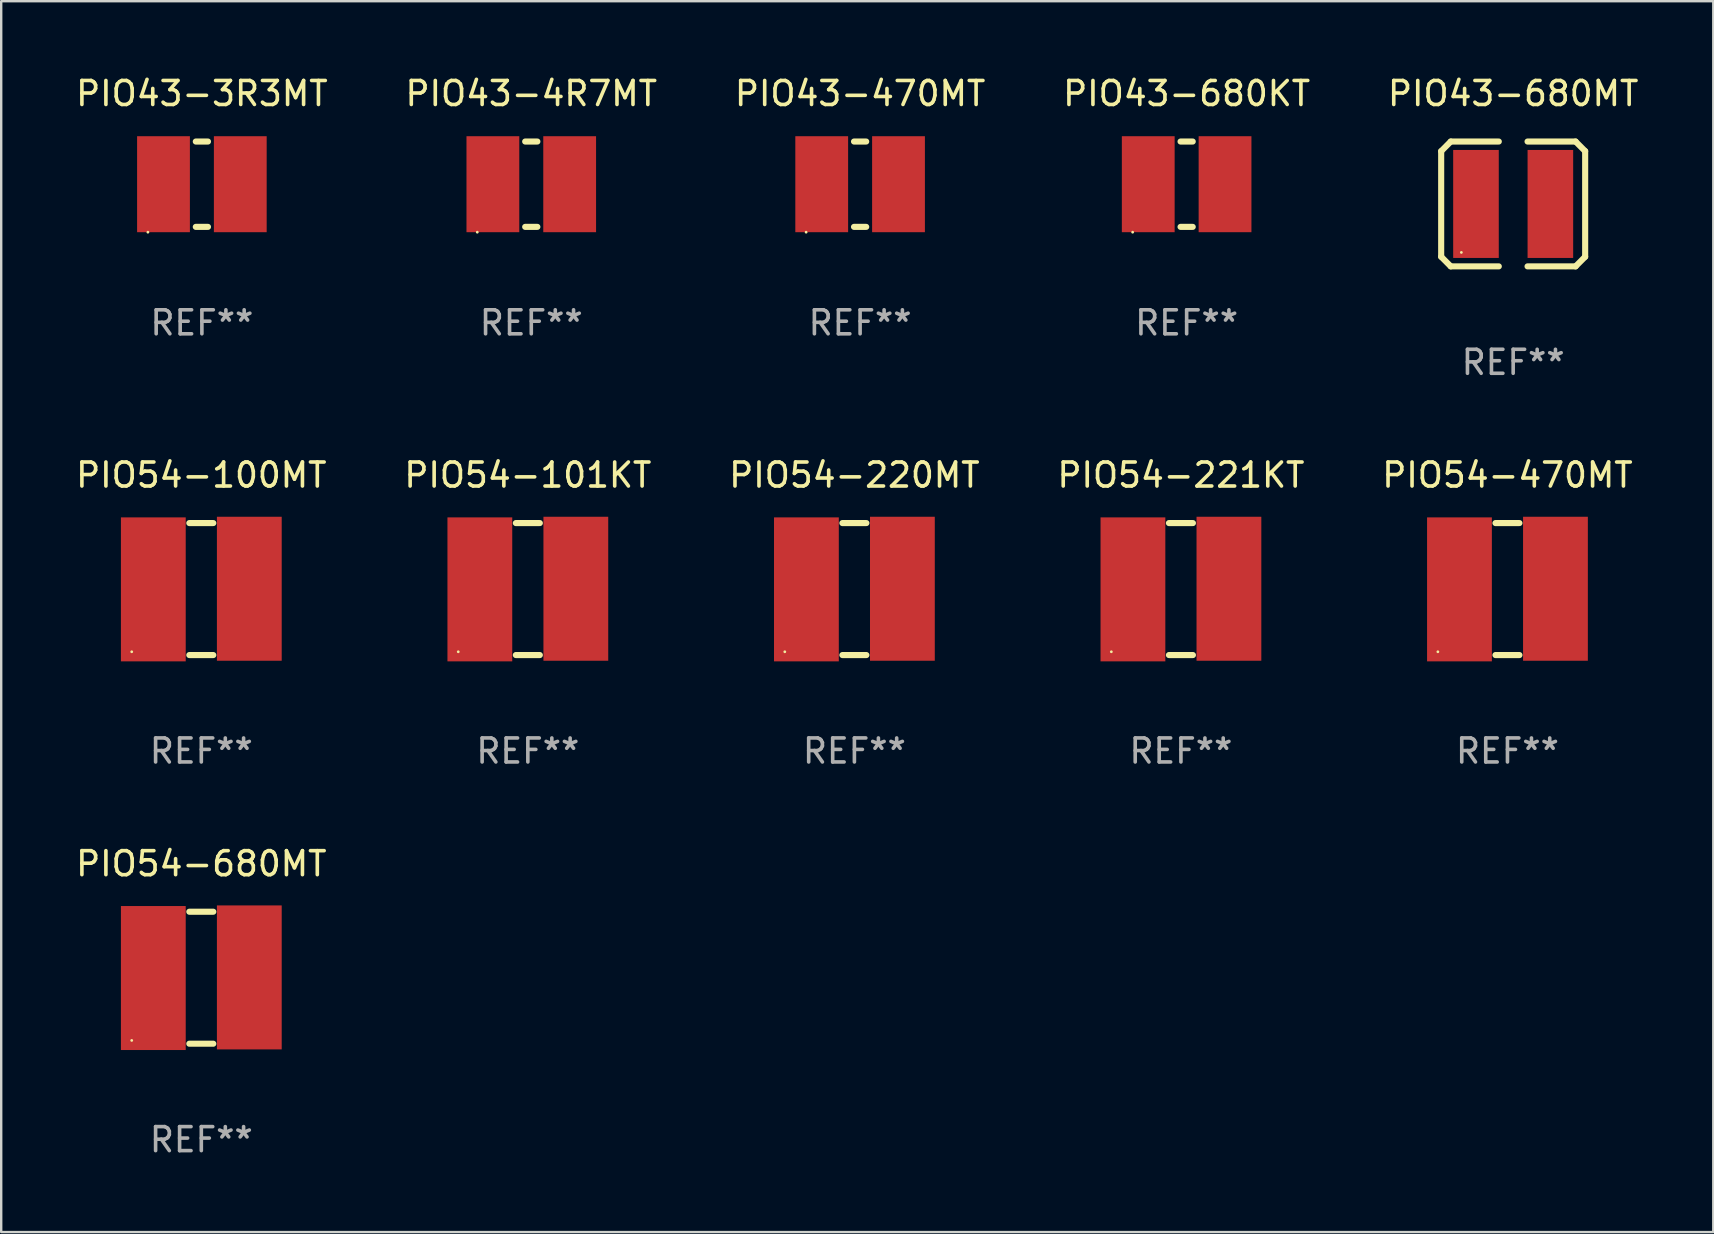
<source format=kicad_pcb>
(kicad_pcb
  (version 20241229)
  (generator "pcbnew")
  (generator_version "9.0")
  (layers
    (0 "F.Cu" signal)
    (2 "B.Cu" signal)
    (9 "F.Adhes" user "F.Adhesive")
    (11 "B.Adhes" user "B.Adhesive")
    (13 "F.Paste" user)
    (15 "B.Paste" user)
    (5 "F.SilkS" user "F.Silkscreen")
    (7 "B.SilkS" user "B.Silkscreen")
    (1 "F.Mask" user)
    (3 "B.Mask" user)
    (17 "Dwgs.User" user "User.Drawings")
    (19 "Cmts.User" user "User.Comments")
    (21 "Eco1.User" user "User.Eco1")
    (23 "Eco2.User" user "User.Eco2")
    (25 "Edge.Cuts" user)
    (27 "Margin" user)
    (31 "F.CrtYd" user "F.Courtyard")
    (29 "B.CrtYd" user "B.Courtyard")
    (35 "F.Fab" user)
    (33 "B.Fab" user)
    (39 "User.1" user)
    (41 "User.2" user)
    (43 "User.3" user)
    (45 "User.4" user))
  (footprint "PIO43-680MT"
    (layer "F.Cu")
    (at 60.006 5.449)
    (property "Reference" "PIO43-680MT" (at 0 -4.601 0) (layer "F.SilkS") (effects (font (size 1 1) (thickness 0.15))))
    (attr through_hole)
    (fp_line (start -3 -2.2) (end -2.601 -2.601) (stroke (width 0.254) (type solid)) (layer "F.SilkS"))
    (fp_line (start -3 2.2) (end -3 -2.2) (stroke (width 0.254) (type solid)) (layer "F.SilkS"))
    (fp_line (start -2.601 -2.601) (end -0.599 -2.601) (stroke (width 0.254) (type solid)) (layer "F.SilkS"))
    (fp_line (start -2.601 2.601) (end -3 2.2) (stroke (width 0.254) (type solid)) (layer "F.SilkS"))
    (fp_line (start -0.599 2.601) (end -2.601 2.601) (stroke (width 0.254) (type solid)) (layer "F.SilkS"))
    (fp_line (start 0.599 -2.601) (end 2.601 -2.601) (stroke (width 0.254) (type solid)) (layer "F.SilkS"))
    (fp_line (start 2.601 -2.601) (end 3 -2.2) (stroke (width 0.254) (type solid)) (layer "F.SilkS"))
    (fp_line (start 2.601 2.601) (end 0.599 2.601) (stroke (width 0.254) (type solid)) (layer "F.SilkS"))
    (fp_line (start 3 -2.2) (end 3 2.2) (stroke (width 0.254) (type solid)) (layer "F.SilkS"))
    (fp_line (start 3 2.2) (end 2.601 2.601) (stroke (width 0.254) (type solid)) (layer "F.SilkS"))
    (fp_circle (center -2.159 2.02) (end -2.129 2.02) (stroke (width 0.06) (type solid)) (fill no) (layer "F.SilkS"))
    (fp_text user "REF**" (at 0 6.601 0) (layer "F.Fab") (effects (font (size 1 1) (thickness 0.15))))
    (pad "1" smd rect (at -1.55 0) (size 1.9 4.5) (layers "F.Cu" "F.Mask" "F.Paste"))
    (pad "2" smd rect (at 1.55 0) (size 1.9 4.5) (layers "F.Cu" "F.Mask" "F.Paste")))
  (footprint "PIO43-470MT"
    (layer "F.Cu")
    (at 32.792 4.626)
    (property "Reference" "PIO43-470MT" (at 0 -3.778 0) (layer "F.SilkS") (effects (font (size 1 1) (thickness 0.15))))
    (attr through_hole)
    (fp_line (start -0.254 -1.778) (end 0.254 -1.778) (stroke (width 0.254) (type solid)) (layer "F.SilkS"))
    (fp_line (start -0.254 1.778) (end 0.254 1.778) (stroke (width 0.254) (type solid)) (layer "F.SilkS"))
    (fp_circle (center -2.25 2) (end -2.22 2) (stroke (width 0.06) (type solid)) (fill no) (layer "F.SilkS"))
    (fp_text user "REF**" (at 0 5.778 0) (layer "F.Fab") (effects (font (size 1 1) (thickness 0.15))))
    (pad "1" smd rect (at -1.6 0 90) (size 4 2.2) (layers "F.Cu" "F.Mask" "F.Paste"))
    (pad "2" smd rect (at 1.6 0 90) (size 4 2.2) (layers "F.Cu" "F.Mask" "F.Paste")))
  (footprint "PIO43-680KT"
    (layer "F.Cu")
    (at 46.399 4.626)
    (property "Reference" "PIO43-680KT" (at 0 -3.778 0) (layer "F.SilkS") (effects (font (size 1 1) (thickness 0.15))))
    (attr through_hole)
    (fp_line (start -0.254 -1.778) (end 0.254 -1.778) (stroke (width 0.254) (type solid)) (layer "F.SilkS"))
    (fp_line (start -0.254 1.778) (end 0.254 1.778) (stroke (width 0.254) (type solid)) (layer "F.SilkS"))
    (fp_circle (center -2.25 2) (end -2.22 2) (stroke (width 0.06) (type solid)) (fill no) (layer "F.SilkS"))
    (fp_text user "REF**" (at 0 5.778 0) (layer "F.Fab") (effects (font (size 1 1) (thickness 0.15))))
    (pad "1" smd rect (at -1.6 0 90) (size 4 2.2) (layers "F.Cu" "F.Mask" "F.Paste"))
    (pad "2" smd rect (at 1.6 0 90) (size 4 2.2) (layers "F.Cu" "F.Mask" "F.Paste")))
  (footprint "PIO54-101KT"
    (layer "F.Cu")
    (at 18.946 21.497)
    (property "Reference" "PIO54-101KT" (at 0 -4.75 0) (layer "F.SilkS") (effects (font (size 1 1) (thickness 0.15))))
    (attr through_hole)
    (fp_line (start -0.5 -2.75) (end 0.5 -2.75) (stroke (width 0.254) (type solid)) (layer "F.SilkS"))
    (fp_line (start -0.5 2.75) (end 0.5 2.75) (stroke (width 0.254) (type solid)) (layer "F.SilkS"))
    (fp_circle (center -2.9 2.613) (end -2.87 2.613) (stroke (width 0.06) (type solid)) (fill no) (layer "F.SilkS"))
    (fp_text user "REF**" (at 0 6.75 0) (layer "F.Fab") (effects (font (size 1 1) (thickness 0.15))))
    (pad "1" smd rect (at -2 0.013 90) (size 6 2.7) (layers "F.Cu" "F.Mask" "F.Paste"))
    (pad "2" smd rect (at 2 -0.013 90) (size 6 2.7) (layers "F.Cu" "F.Mask" "F.Paste")))
  (footprint "PIO54-221KT"
    (layer "F.Cu")
    (at 46.161 21.497)
    (property "Reference" "PIO54-221KT" (at 0 -4.75 0) (layer "F.SilkS") (effects (font (size 1 1) (thickness 0.15))))
    (attr through_hole)
    (fp_line (start -0.5 -2.75) (end 0.5 -2.75) (stroke (width 0.254) (type solid)) (layer "F.SilkS"))
    (fp_line (start -0.5 2.75) (end 0.5 2.75) (stroke (width 0.254) (type solid)) (layer "F.SilkS"))
    (fp_circle (center -2.9 2.613) (end -2.87 2.613) (stroke (width 0.06) (type solid)) (fill no) (layer "F.SilkS"))
    (fp_text user "REF**" (at 0 6.75 0) (layer "F.Fab") (effects (font (size 1 1) (thickness 0.15))))
    (pad "1" smd rect (at -2 0.013 90) (size 6 2.7) (layers "F.Cu" "F.Mask" "F.Paste"))
    (pad "2" smd rect (at 2 -0.013 90) (size 6 2.7) (layers "F.Cu" "F.Mask" "F.Paste")))
  (footprint "PIO54-470MT"
    (layer "F.Cu")
    (at 59.768 21.497)
    (property "Reference" "PIO54-470MT" (at 0 -4.75 0) (layer "F.SilkS") (effects (font (size 1 1) (thickness 0.15))))
    (attr through_hole)
    (fp_line (start -0.5 -2.75) (end 0.5 -2.75) (stroke (width 0.254) (type solid)) (layer "F.SilkS"))
    (fp_line (start -0.5 2.75) (end 0.5 2.75) (stroke (width 0.254) (type solid)) (layer "F.SilkS"))
    (fp_circle (center -2.9 2.613) (end -2.87 2.613) (stroke (width 0.06) (type solid)) (fill no) (layer "F.SilkS"))
    (fp_text user "REF**" (at 0 6.75 0) (layer "F.Fab") (effects (font (size 1 1) (thickness 0.15))))
    (pad "1" smd rect (at -2 0.013 90) (size 6 2.7) (layers "F.Cu" "F.Mask" "F.Paste"))
    (pad "2" smd rect (at 2 -0.013 90) (size 6 2.7) (layers "F.Cu" "F.Mask" "F.Paste")))
  (footprint "PIO43-3R3MT"
    (layer "F.Cu")
    (at 5.363 4.626)
    (property "Reference" "PIO43-3R3MT" (at 0 -3.778 0) (layer "F.SilkS") (effects (font (size 1 1) (thickness 0.15))))
    (attr through_hole)
    (fp_line (start -0.254 -1.778) (end 0.254 -1.778) (stroke (width 0.254) (type solid)) (layer "F.SilkS"))
    (fp_line (start -0.254 1.778) (end 0.254 1.778) (stroke (width 0.254) (type solid)) (layer "F.SilkS"))
    (fp_circle (center -2.25 2) (end -2.22 2) (stroke (width 0.06) (type solid)) (fill no) (layer "F.SilkS"))
    (fp_text user "REF**" (at 0 5.778 0) (layer "F.Fab") (effects (font (size 1 1) (thickness 0.15))))
    (pad "1" smd rect (at -1.6 0 90) (size 4 2.2) (layers "F.Cu" "F.Mask" "F.Paste"))
    (pad "2" smd rect (at 1.6 0 90) (size 4 2.2) (layers "F.Cu" "F.Mask" "F.Paste")))
  (footprint "PIO54-100MT"
    (layer "F.Cu")
    (at 5.339 21.497)
    (property "Reference" "PIO54-100MT" (at 0 -4.75 0) (layer "F.SilkS") (effects (font (size 1 1) (thickness 0.15))))
    (attr through_hole)
    (fp_line (start -0.5 -2.75) (end 0.5 -2.75) (stroke (width 0.254) (type solid)) (layer "F.SilkS"))
    (fp_line (start -0.5 2.75) (end 0.5 2.75) (stroke (width 0.254) (type solid)) (layer "F.SilkS"))
    (fp_circle (center -2.9 2.613) (end -2.87 2.613) (stroke (width 0.06) (type solid)) (fill no) (layer "F.SilkS"))
    (fp_text user "REF**" (at 0 6.75 0) (layer "F.Fab") (effects (font (size 1 1) (thickness 0.15))))
    (pad "1" smd rect (at -2 0.013 90) (size 6 2.7) (layers "F.Cu" "F.Mask" "F.Paste"))
    (pad "2" smd rect (at 2 -0.013 90) (size 6 2.7) (layers "F.Cu" "F.Mask" "F.Paste")))
  (footprint "PIO54-220MT"
    (layer "F.Cu")
    (at 32.554 21.497)
    (property "Reference" "PIO54-220MT" (at 0 -4.75 0) (layer "F.SilkS") (effects (font (size 1 1) (thickness 0.15))))
    (attr through_hole)
    (fp_line (start -0.5 -2.75) (end 0.5 -2.75) (stroke (width 0.254) (type solid)) (layer "F.SilkS"))
    (fp_line (start -0.5 2.75) (end 0.5 2.75) (stroke (width 0.254) (type solid)) (layer "F.SilkS"))
    (fp_circle (center -2.9 2.613) (end -2.87 2.613) (stroke (width 0.06) (type solid)) (fill no) (layer "F.SilkS"))
    (fp_text user "REF**" (at 0 6.75 0) (layer "F.Fab") (effects (font (size 1 1) (thickness 0.15))))
    (pad "1" smd rect (at -2 0.013 90) (size 6 2.7) (layers "F.Cu" "F.Mask" "F.Paste"))
    (pad "2" smd rect (at 2 -0.013 90) (size 6 2.7) (layers "F.Cu" "F.Mask" "F.Paste")))
  (footprint "PIO54-680MT"
    (layer "F.Cu")
    (at 5.339 37.693)
    (property "Reference" "PIO54-680MT" (at 0 -4.75 0) (layer "F.SilkS") (effects (font (size 1 1) (thickness 0.15))))
    (attr through_hole)
    (fp_line (start -0.5 -2.75) (end 0.5 -2.75) (stroke (width 0.254) (type solid)) (layer "F.SilkS"))
    (fp_line (start -0.5 2.75) (end 0.5 2.75) (stroke (width 0.254) (type solid)) (layer "F.SilkS"))
    (fp_circle (center -2.9 2.613) (end -2.87 2.613) (stroke (width 0.06) (type solid)) (fill no) (layer "F.SilkS"))
    (fp_text user "REF**" (at 0 6.75 0) (layer "F.Fab") (effects (font (size 1 1) (thickness 0.15))))
    (pad "1" smd rect (at -2 0.013 90) (size 6 2.7) (layers "F.Cu" "F.Mask" "F.Paste"))
    (pad "2" smd rect (at 2 -0.013 90) (size 6 2.7) (layers "F.Cu" "F.Mask" "F.Paste")))
  (footprint "PIO43-4R7MT"
    (layer "F.Cu")
    (at 19.089 4.626)
    (property "Reference" "PIO43-4R7MT" (at 0 -3.778 0) (layer "F.SilkS") (effects (font (size 1 1) (thickness 0.15))))
    (attr through_hole)
    (fp_line (start -0.254 -1.778) (end 0.254 -1.778) (stroke (width 0.254) (type solid)) (layer "F.SilkS"))
    (fp_line (start -0.254 1.778) (end 0.254 1.778) (stroke (width 0.254) (type solid)) (layer "F.SilkS"))
    (fp_circle (center -2.25 2) (end -2.22 2) (stroke (width 0.06) (type solid)) (fill no) (layer "F.SilkS"))
    (fp_text user "REF**" (at 0 5.778 0) (layer "F.Fab") (effects (font (size 1 1) (thickness 0.15))))
    (pad "1" smd rect (at -1.6 0 90) (size 4 2.2) (layers "F.Cu" "F.Mask" "F.Paste"))
    (pad "2" smd rect (at 1.6 0 90) (size 4 2.2) (layers "F.Cu" "F.Mask" "F.Paste")))
  (gr_rect
    (start -3 -3)
    (end 68.345 48.291)
    (stroke (width 0.1) (type default))
    (fill no)
    (layer "Edge.Cuts")))
</source>
